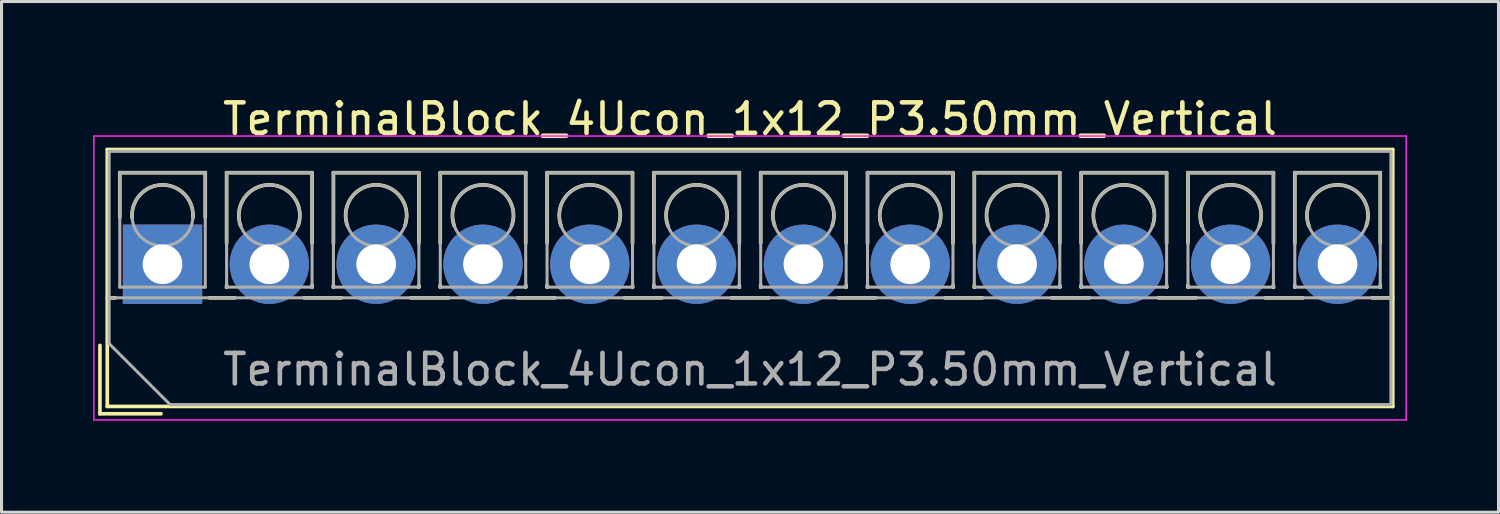
<source format=kicad_pcb>
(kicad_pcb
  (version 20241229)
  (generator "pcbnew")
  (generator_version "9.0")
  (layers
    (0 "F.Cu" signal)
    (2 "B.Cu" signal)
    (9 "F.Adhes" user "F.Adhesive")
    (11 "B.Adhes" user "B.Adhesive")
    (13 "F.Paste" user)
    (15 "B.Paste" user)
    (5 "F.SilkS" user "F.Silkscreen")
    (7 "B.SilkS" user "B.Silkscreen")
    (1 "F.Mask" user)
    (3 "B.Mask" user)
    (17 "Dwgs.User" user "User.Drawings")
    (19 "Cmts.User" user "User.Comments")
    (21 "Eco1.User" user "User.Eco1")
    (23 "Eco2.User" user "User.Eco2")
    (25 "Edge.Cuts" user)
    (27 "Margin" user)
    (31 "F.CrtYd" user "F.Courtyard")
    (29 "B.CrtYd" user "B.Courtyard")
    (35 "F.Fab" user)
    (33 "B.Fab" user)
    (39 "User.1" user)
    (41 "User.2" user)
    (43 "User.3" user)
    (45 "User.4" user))
  (footprint "TerminalBlock_4Ucon_1x12_P3.50mm_Vertical"
    (layer "F.Cu")
    (at 2.275 5.608)
    (property "Reference" "TerminalBlock_4Ucon_1x12_P3.50mm_Vertical" (at 19.25 -4.76 0) (layer "F.SilkS") (effects (font (size 1 1) (thickness 0.15))))
    (attr through_hole)
    (fp_line (start -2.05 2.66) (end -2.05 4.9) (stroke (width 0.12) (type solid)) (layer "F.SilkS"))
    (fp_line (start -2.05 4.9) (end -0.05 4.9) (stroke (width 0.12) (type solid)) (layer "F.SilkS"))
    (fp_line (start -1.81 -3.76) (end -1.81 4.66) (stroke (width 0.12) (type solid)) (layer "F.SilkS"))
    (fp_line (start -1.81 -3.76) (end 40.31 -3.76) (stroke (width 0.12) (type solid)) (layer "F.SilkS"))
    (fp_line (start -1.81 1.101) (end -1.54 1.101) (stroke (width 0.12) (type solid)) (layer "F.SilkS"))
    (fp_line (start -1.81 4.66) (end 40.31 4.66) (stroke (width 0.12) (type solid)) (layer "F.SilkS"))
    (fp_line (start -1.4 -3) (end -1.4 -1.54) (stroke (width 0.12) (type solid)) (layer "F.SilkS"))
    (fp_line (start -1.4 -3) (end 1.4 -3) (stroke (width 0.12) (type solid)) (layer "F.SilkS"))
    (fp_line (start 1.4 -3) (end 1.4 -1.54) (stroke (width 0.12) (type solid)) (layer "F.SilkS"))
    (fp_line (start 1.54 1.101) (end 2.367 1.101) (stroke (width 0.12) (type solid)) (layer "F.SilkS"))
    (fp_line (start 2.1 -3) (end 2.1 -0.689) (stroke (width 0.12) (type solid)) (layer "F.SilkS"))
    (fp_line (start 2.1 -3) (end 4.9 -3) (stroke (width 0.12) (type solid)) (layer "F.SilkS"))
    (fp_line (start 2.1 0.689) (end 2.1 0.75) (stroke (width 0.12) (type solid)) (layer "F.SilkS"))
    (fp_line (start 2.1 0.75) (end 2.101 0.75) (stroke (width 0.12) (type solid)) (layer "F.SilkS"))
    (fp_line (start 4.634 1.101) (end 5.867 1.101) (stroke (width 0.12) (type solid)) (layer "F.SilkS"))
    (fp_line (start 4.9 -3) (end 4.9 -0.689) (stroke (width 0.12) (type solid)) (layer "F.SilkS"))
    (fp_line (start 4.9 0.689) (end 4.9 0.75) (stroke (width 0.12) (type solid)) (layer "F.SilkS"))
    (fp_line (start 4.9 0.75) (end 4.9 0.75) (stroke (width 0.12) (type solid)) (layer "F.SilkS"))
    (fp_line (start 5.6 -3) (end 5.6 -0.689) (stroke (width 0.12) (type solid)) (layer "F.SilkS"))
    (fp_line (start 5.6 -3) (end 8.4 -3) (stroke (width 0.12) (type solid)) (layer "F.SilkS"))
    (fp_line (start 5.6 0.689) (end 5.6 0.75) (stroke (width 0.12) (type solid)) (layer "F.SilkS"))
    (fp_line (start 5.6 0.75) (end 5.601 0.75) (stroke (width 0.12) (type solid)) (layer "F.SilkS"))
    (fp_line (start 8.134 1.101) (end 9.367 1.101) (stroke (width 0.12) (type solid)) (layer "F.SilkS"))
    (fp_line (start 8.4 -3) (end 8.4 -0.689) (stroke (width 0.12) (type solid)) (layer "F.SilkS"))
    (fp_line (start 8.4 0.689) (end 8.4 0.75) (stroke (width 0.12) (type solid)) (layer "F.SilkS"))
    (fp_line (start 8.4 0.75) (end 8.4 0.75) (stroke (width 0.12) (type solid)) (layer "F.SilkS"))
    (fp_line (start 9.1 -3) (end 9.1 -0.689) (stroke (width 0.12) (type solid)) (layer "F.SilkS"))
    (fp_line (start 9.1 -3) (end 11.9 -3) (stroke (width 0.12) (type solid)) (layer "F.SilkS"))
    (fp_line (start 9.1 0.689) (end 9.1 0.75) (stroke (width 0.12) (type solid)) (layer "F.SilkS"))
    (fp_line (start 9.1 0.75) (end 9.101 0.75) (stroke (width 0.12) (type solid)) (layer "F.SilkS"))
    (fp_line (start 11.634 1.101) (end 12.867 1.101) (stroke (width 0.12) (type solid)) (layer "F.SilkS"))
    (fp_line (start 11.9 -3) (end 11.9 -0.689) (stroke (width 0.12) (type solid)) (layer "F.SilkS"))
    (fp_line (start 11.9 0.689) (end 11.9 0.75) (stroke (width 0.12) (type solid)) (layer "F.SilkS"))
    (fp_line (start 11.9 0.75) (end 11.9 0.75) (stroke (width 0.12) (type solid)) (layer "F.SilkS"))
    (fp_line (start 12.6 -3) (end 12.6 -0.689) (stroke (width 0.12) (type solid)) (layer "F.SilkS"))
    (fp_line (start 12.6 -3) (end 15.4 -3) (stroke (width 0.12) (type solid)) (layer "F.SilkS"))
    (fp_line (start 12.6 0.689) (end 12.6 0.75) (stroke (width 0.12) (type solid)) (layer "F.SilkS"))
    (fp_line (start 12.6 0.75) (end 12.601 0.75) (stroke (width 0.12) (type solid)) (layer "F.SilkS"))
    (fp_line (start 15.134 1.101) (end 16.367 1.101) (stroke (width 0.12) (type solid)) (layer "F.SilkS"))
    (fp_line (start 15.4 -3) (end 15.4 -0.689) (stroke (width 0.12) (type solid)) (layer "F.SilkS"))
    (fp_line (start 15.4 0.689) (end 15.4 0.75) (stroke (width 0.12) (type solid)) (layer "F.SilkS"))
    (fp_line (start 15.4 0.75) (end 15.4 0.75) (stroke (width 0.12) (type solid)) (layer "F.SilkS"))
    (fp_line (start 16.101 -3) (end 16.101 -0.689) (stroke (width 0.12) (type solid)) (layer "F.SilkS"))
    (fp_line (start 16.101 -3) (end 18.9 -3) (stroke (width 0.12) (type solid)) (layer "F.SilkS"))
    (fp_line (start 16.101 0.689) (end 16.101 0.75) (stroke (width 0.12) (type solid)) (layer "F.SilkS"))
    (fp_line (start 16.101 0.75) (end 16.101 0.75) (stroke (width 0.12) (type solid)) (layer "F.SilkS"))
    (fp_line (start 18.634 1.101) (end 19.867 1.101) (stroke (width 0.12) (type solid)) (layer "F.SilkS"))
    (fp_line (start 18.9 -3) (end 18.9 -0.689) (stroke (width 0.12) (type solid)) (layer "F.SilkS"))
    (fp_line (start 18.9 0.689) (end 18.9 0.75) (stroke (width 0.12) (type solid)) (layer "F.SilkS"))
    (fp_line (start 18.9 0.75) (end 18.9 0.75) (stroke (width 0.12) (type solid)) (layer "F.SilkS"))
    (fp_line (start 19.6 -3) (end 19.6 -0.689) (stroke (width 0.12) (type solid)) (layer "F.SilkS"))
    (fp_line (start 19.6 -3) (end 22.4 -3) (stroke (width 0.12) (type solid)) (layer "F.SilkS"))
    (fp_line (start 19.6 0.689) (end 19.6 0.75) (stroke (width 0.12) (type solid)) (layer "F.SilkS"))
    (fp_line (start 19.6 0.75) (end 19.601 0.75) (stroke (width 0.12) (type solid)) (layer "F.SilkS"))
    (fp_line (start 22.134 1.101) (end 23.367 1.101) (stroke (width 0.12) (type solid)) (layer "F.SilkS"))
    (fp_line (start 22.4 -3) (end 22.4 -0.689) (stroke (width 0.12) (type solid)) (layer "F.SilkS"))
    (fp_line (start 22.4 0.689) (end 22.4 0.75) (stroke (width 0.12) (type solid)) (layer "F.SilkS"))
    (fp_line (start 22.4 0.75) (end 22.4 0.75) (stroke (width 0.12) (type solid)) (layer "F.SilkS"))
    (fp_line (start 23.1 -3) (end 23.1 -0.689) (stroke (width 0.12) (type solid)) (layer "F.SilkS"))
    (fp_line (start 23.1 -3) (end 25.9 -3) (stroke (width 0.12) (type solid)) (layer "F.SilkS"))
    (fp_line (start 23.1 0.689) (end 23.1 0.75) (stroke (width 0.12) (type solid)) (layer "F.SilkS"))
    (fp_line (start 23.1 0.75) (end 23.101 0.75) (stroke (width 0.12) (type solid)) (layer "F.SilkS"))
    (fp_line (start 25.634 1.101) (end 26.867 1.101) (stroke (width 0.12) (type solid)) (layer "F.SilkS"))
    (fp_line (start 25.9 -3) (end 25.9 -0.689) (stroke (width 0.12) (type solid)) (layer "F.SilkS"))
    (fp_line (start 25.9 0.689) (end 25.9 0.75) (stroke (width 0.12) (type solid)) (layer "F.SilkS"))
    (fp_line (start 25.9 0.75) (end 25.9 0.75) (stroke (width 0.12) (type solid)) (layer "F.SilkS"))
    (fp_line (start 26.6 -3) (end 26.6 -0.689) (stroke (width 0.12) (type solid)) (layer "F.SilkS"))
    (fp_line (start 26.6 -3) (end 29.4 -3) (stroke (width 0.12) (type solid)) (layer "F.SilkS"))
    (fp_line (start 26.6 0.689) (end 26.6 0.75) (stroke (width 0.12) (type solid)) (layer "F.SilkS"))
    (fp_line (start 26.6 0.75) (end 26.601 0.75) (stroke (width 0.12) (type solid)) (layer "F.SilkS"))
    (fp_line (start 29.134 1.101) (end 30.367 1.101) (stroke (width 0.12) (type solid)) (layer "F.SilkS"))
    (fp_line (start 29.4 -3) (end 29.4 -0.689) (stroke (width 0.12) (type solid)) (layer "F.SilkS"))
    (fp_line (start 29.4 0.689) (end 29.4 0.75) (stroke (width 0.12) (type solid)) (layer "F.SilkS"))
    (fp_line (start 29.4 0.75) (end 29.4 0.75) (stroke (width 0.12) (type solid)) (layer "F.SilkS"))
    (fp_line (start 30.1 -3) (end 30.1 -0.689) (stroke (width 0.12) (type solid)) (layer "F.SilkS"))
    (fp_line (start 30.1 -3) (end 32.9 -3) (stroke (width 0.12) (type solid)) (layer "F.SilkS"))
    (fp_line (start 30.1 0.689) (end 30.1 0.75) (stroke (width 0.12) (type solid)) (layer "F.SilkS"))
    (fp_line (start 30.1 0.75) (end 30.101 0.75) (stroke (width 0.12) (type solid)) (layer "F.SilkS"))
    (fp_line (start 32.634 1.101) (end 33.867 1.101) (stroke (width 0.12) (type solid)) (layer "F.SilkS"))
    (fp_line (start 32.9 -3) (end 32.9 -0.689) (stroke (width 0.12) (type solid)) (layer "F.SilkS"))
    (fp_line (start 32.9 0.689) (end 32.9 0.75) (stroke (width 0.12) (type solid)) (layer "F.SilkS"))
    (fp_line (start 32.9 0.75) (end 32.9 0.75) (stroke (width 0.12) (type solid)) (layer "F.SilkS"))
    (fp_line (start 33.6 -3) (end 33.6 -0.689) (stroke (width 0.12) (type solid)) (layer "F.SilkS"))
    (fp_line (start 33.6 -3) (end 36.4 -3) (stroke (width 0.12) (type solid)) (layer "F.SilkS"))
    (fp_line (start 33.6 0.689) (end 33.6 0.75) (stroke (width 0.12) (type solid)) (layer "F.SilkS"))
    (fp_line (start 33.6 0.75) (end 33.601 0.75) (stroke (width 0.12) (type solid)) (layer "F.SilkS"))
    (fp_line (start 36.134 1.101) (end 37.367 1.101) (stroke (width 0.12) (type solid)) (layer "F.SilkS"))
    (fp_line (start 36.4 -3) (end 36.4 -0.689) (stroke (width 0.12) (type solid)) (layer "F.SilkS"))
    (fp_line (start 36.4 0.689) (end 36.4 0.75) (stroke (width 0.12) (type solid)) (layer "F.SilkS"))
    (fp_line (start 36.4 0.75) (end 36.4 0.75) (stroke (width 0.12) (type solid)) (layer "F.SilkS"))
    (fp_line (start 37.1 -3) (end 37.1 -0.689) (stroke (width 0.12) (type solid)) (layer "F.SilkS"))
    (fp_line (start 37.1 -3) (end 39.9 -3) (stroke (width 0.12) (type solid)) (layer "F.SilkS"))
    (fp_line (start 37.1 0.689) (end 37.1 0.75) (stroke (width 0.12) (type solid)) (layer "F.SilkS"))
    (fp_line (start 37.1 0.75) (end 37.101 0.75) (stroke (width 0.12) (type solid)) (layer "F.SilkS"))
    (fp_line (start 39.634 1.101) (end 40.31 1.101) (stroke (width 0.12) (type solid)) (layer "F.SilkS"))
    (fp_line (start 39.9 -3) (end 39.9 -0.689) (stroke (width 0.12) (type solid)) (layer "F.SilkS"))
    (fp_line (start 39.9 0.689) (end 39.9 0.75) (stroke (width 0.12) (type solid)) (layer "F.SilkS"))
    (fp_line (start 39.9 0.75) (end 39.9 0.75) (stroke (width 0.12) (type solid)) (layer "F.SilkS"))
    (fp_line (start 40.31 -3.76) (end 40.31 4.66) (stroke (width 0.12) (type solid)) (layer "F.SilkS"))
    (fp_arc (start -0.99789 -1.529434) (mid -0.000785 -2.600382) (end 0.998 -1.531) (stroke (width 0.12) (type solid)) (layer "F.SilkS"))
    (fp_arc (start 2.560085 -1.257767) (mid 3.499876 -2.600282) (end 4.44 -1.258) (stroke (width 0.12) (type solid)) (layer "F.SilkS"))
    (fp_arc (start 6.060085 -1.257767) (mid 6.999876 -2.600282) (end 7.94 -1.258) (stroke (width 0.12) (type solid)) (layer "F.SilkS"))
    (fp_arc (start 9.560085 -1.257767) (mid 10.499876 -2.600282) (end 11.44 -1.258) (stroke (width 0.12) (type solid)) (layer "F.SilkS"))
    (fp_arc (start 13.060085 -1.257767) (mid 13.999876 -2.600282) (end 14.94 -1.258) (stroke (width 0.12) (type solid)) (layer "F.SilkS"))
    (fp_arc (start 16.560085 -1.257767) (mid 17.499876 -2.600282) (end 18.44 -1.258) (stroke (width 0.12) (type solid)) (layer "F.SilkS"))
    (fp_arc (start 20.060085 -1.257767) (mid 20.999876 -2.600282) (end 21.94 -1.258) (stroke (width 0.12) (type solid)) (layer "F.SilkS"))
    (fp_arc (start 23.560085 -1.257767) (mid 24.499876 -2.600282) (end 25.44 -1.258) (stroke (width 0.12) (type solid)) (layer "F.SilkS"))
    (fp_arc (start 27.060085 -1.257767) (mid 27.999876 -2.600282) (end 28.94 -1.258) (stroke (width 0.12) (type solid)) (layer "F.SilkS"))
    (fp_arc (start 30.560085 -1.257767) (mid 31.499876 -2.600282) (end 32.44 -1.258) (stroke (width 0.12) (type solid)) (layer "F.SilkS"))
    (fp_arc (start 34.060085 -1.257767) (mid 34.999876 -2.600282) (end 35.94 -1.258) (stroke (width 0.12) (type solid)) (layer "F.SilkS"))
    (fp_arc (start 37.560085 -1.257767) (mid 38.499876 -2.600282) (end 39.44 -1.258) (stroke (width 0.12) (type solid)) (layer "F.SilkS"))
    (fp_line (start -2.25 -4.2) (end -2.25 5.1) (stroke (width 0.05) (type solid)) (layer "F.CrtYd"))
    (fp_line (start -2.25 5.1) (end 40.75 5.1) (stroke (width 0.05) (type solid)) (layer "F.CrtYd"))
    (fp_line (start 40.75 -4.2) (end -2.25 -4.2) (stroke (width 0.05) (type solid)) (layer "F.CrtYd"))
    (fp_line (start 40.75 5.1) (end 40.75 -4.2) (stroke (width 0.05) (type solid)) (layer "F.CrtYd"))
    (fp_line (start -1.75 -3.7) (end 40.25 -3.7) (stroke (width 0.1) (type solid)) (layer "F.Fab"))
    (fp_line (start -1.75 1.1) (end 40.25 1.1) (stroke (width 0.1) (type solid)) (layer "F.Fab"))
    (fp_line (start -1.75 2.6) (end -1.75 -3.7) (stroke (width 0.1) (type solid)) (layer "F.Fab"))
    (fp_line (start -1.4 -3) (end -1.4 0.75) (stroke (width 0.1) (type solid)) (layer "F.Fab"))
    (fp_line (start -1.4 0.75) (end 1.4 0.75) (stroke (width 0.1) (type solid)) (layer "F.Fab"))
    (fp_line (start 0.25 4.6) (end -1.75 2.6) (stroke (width 0.1) (type solid)) (layer "F.Fab"))
    (fp_line (start 1.4 -3) (end -1.4 -3) (stroke (width 0.1) (type solid)) (layer "F.Fab"))
    (fp_line (start 1.4 0.75) (end 1.4 -3) (stroke (width 0.1) (type solid)) (layer "F.Fab"))
    (fp_line (start 2.1 -3) (end 2.1 0.75) (stroke (width 0.1) (type solid)) (layer "F.Fab"))
    (fp_line (start 2.1 0.75) (end 4.9 0.75) (stroke (width 0.1) (type solid)) (layer "F.Fab"))
    (fp_line (start 4.9 -3) (end 2.1 -3) (stroke (width 0.1) (type solid)) (layer "F.Fab"))
    (fp_line (start 4.9 0.75) (end 4.9 -3) (stroke (width 0.1) (type solid)) (layer "F.Fab"))
    (fp_line (start 5.6 -3) (end 5.6 0.75) (stroke (width 0.1) (type solid)) (layer "F.Fab"))
    (fp_line (start 5.6 0.75) (end 8.4 0.75) (stroke (width 0.1) (type solid)) (layer "F.Fab"))
    (fp_line (start 8.4 -3) (end 5.6 -3) (stroke (width 0.1) (type solid)) (layer "F.Fab"))
    (fp_line (start 8.4 0.75) (end 8.4 -3) (stroke (width 0.1) (type solid)) (layer "F.Fab"))
    (fp_line (start 9.1 -3) (end 9.1 0.75) (stroke (width 0.1) (type solid)) (layer "F.Fab"))
    (fp_line (start 9.1 0.75) (end 11.9 0.75) (stroke (width 0.1) (type solid)) (layer "F.Fab"))
    (fp_line (start 11.9 -3) (end 9.1 -3) (stroke (width 0.1) (type solid)) (layer "F.Fab"))
    (fp_line (start 11.9 0.75) (end 11.9 -3) (stroke (width 0.1) (type solid)) (layer "F.Fab"))
    (fp_line (start 12.6 -3) (end 12.6 0.75) (stroke (width 0.1) (type solid)) (layer "F.Fab"))
    (fp_line (start 12.6 0.75) (end 15.4 0.75) (stroke (width 0.1) (type solid)) (layer "F.Fab"))
    (fp_line (start 15.4 -3) (end 12.6 -3) (stroke (width 0.1) (type solid)) (layer "F.Fab"))
    (fp_line (start 15.4 0.75) (end 15.4 -3) (stroke (width 0.1) (type solid)) (layer "F.Fab"))
    (fp_line (start 16.101 -3) (end 16.101 0.75) (stroke (width 0.1) (type solid)) (layer "F.Fab"))
    (fp_line (start 16.101 0.75) (end 18.9 0.75) (stroke (width 0.1) (type solid)) (layer "F.Fab"))
    (fp_line (start 18.9 -3) (end 16.101 -3) (stroke (width 0.1) (type solid)) (layer "F.Fab"))
    (fp_line (start 18.9 0.75) (end 18.9 -3) (stroke (width 0.1) (type solid)) (layer "F.Fab"))
    (fp_line (start 19.6 -3) (end 19.6 0.75) (stroke (width 0.1) (type solid)) (layer "F.Fab"))
    (fp_line (start 19.6 0.75) (end 22.4 0.75) (stroke (width 0.1) (type solid)) (layer "F.Fab"))
    (fp_line (start 22.4 -3) (end 19.6 -3) (stroke (width 0.1) (type solid)) (layer "F.Fab"))
    (fp_line (start 22.4 0.75) (end 22.4 -3) (stroke (width 0.1) (type solid)) (layer "F.Fab"))
    (fp_line (start 23.1 -3) (end 23.1 0.75) (stroke (width 0.1) (type solid)) (layer "F.Fab"))
    (fp_line (start 23.1 0.75) (end 25.9 0.75) (stroke (width 0.1) (type solid)) (layer "F.Fab"))
    (fp_line (start 25.9 -3) (end 23.1 -3) (stroke (width 0.1) (type solid)) (layer "F.Fab"))
    (fp_line (start 25.9 0.75) (end 25.9 -3) (stroke (width 0.1) (type solid)) (layer "F.Fab"))
    (fp_line (start 26.6 -3) (end 26.6 0.75) (stroke (width 0.1) (type solid)) (layer "F.Fab"))
    (fp_line (start 26.6 0.75) (end 29.4 0.75) (stroke (width 0.1) (type solid)) (layer "F.Fab"))
    (fp_line (start 29.4 -3) (end 26.6 -3) (stroke (width 0.1) (type solid)) (layer "F.Fab"))
    (fp_line (start 29.4 0.75) (end 29.4 -3) (stroke (width 0.1) (type solid)) (layer "F.Fab"))
    (fp_line (start 30.1 -3) (end 30.1 0.75) (stroke (width 0.1) (type solid)) (layer "F.Fab"))
    (fp_line (start 30.1 0.75) (end 32.9 0.75) (stroke (width 0.1) (type solid)) (layer "F.Fab"))
    (fp_line (start 32.9 -3) (end 30.1 -3) (stroke (width 0.1) (type solid)) (layer "F.Fab"))
    (fp_line (start 32.9 0.75) (end 32.9 -3) (stroke (width 0.1) (type solid)) (layer "F.Fab"))
    (fp_line (start 33.6 -3) (end 33.6 0.75) (stroke (width 0.1) (type solid)) (layer "F.Fab"))
    (fp_line (start 33.6 0.75) (end 36.4 0.75) (stroke (width 0.1) (type solid)) (layer "F.Fab"))
    (fp_line (start 36.4 -3) (end 33.6 -3) (stroke (width 0.1) (type solid)) (layer "F.Fab"))
    (fp_line (start 36.4 0.75) (end 36.4 -3) (stroke (width 0.1) (type solid)) (layer "F.Fab"))
    (fp_line (start 37.1 -3) (end 37.1 0.75) (stroke (width 0.1) (type solid)) (layer "F.Fab"))
    (fp_line (start 37.1 0.75) (end 39.9 0.75) (stroke (width 0.1) (type solid)) (layer "F.Fab"))
    (fp_line (start 39.9 -3) (end 37.1 -3) (stroke (width 0.1) (type solid)) (layer "F.Fab"))
    (fp_line (start 39.9 0.75) (end 39.9 -3) (stroke (width 0.1) (type solid)) (layer "F.Fab"))
    (fp_line (start 40.25 -3.7) (end 40.25 4.6) (stroke (width 0.1) (type solid)) (layer "F.Fab"))
    (fp_line (start 40.25 4.6) (end 0.25 4.6) (stroke (width 0.1) (type solid)) (layer "F.Fab"))
    (fp_circle (center 0 -1.6) (end 1 -1.6) (stroke (width 0.1) (type solid)) (fill no) (layer "F.Fab"))
    (fp_circle (center 3.5 -1.6) (end 4.5 -1.6) (stroke (width 0.1) (type solid)) (fill no) (layer "F.Fab"))
    (fp_circle (center 7 -1.6) (end 8 -1.6) (stroke (width 0.1) (type solid)) (fill no) (layer "F.Fab"))
    (fp_circle (center 10.5 -1.6) (end 11.5 -1.6) (stroke (width 0.1) (type solid)) (fill no) (layer "F.Fab"))
    (fp_circle (center 14 -1.6) (end 15 -1.6) (stroke (width 0.1) (type solid)) (fill no) (layer "F.Fab"))
    (fp_circle (center 17.5 -1.6) (end 18.5 -1.6) (stroke (width 0.1) (type solid)) (fill no) (layer "F.Fab"))
    (fp_circle (center 21 -1.6) (end 22 -1.6) (stroke (width 0.1) (type solid)) (fill no) (layer "F.Fab"))
    (fp_circle (center 24.5 -1.6) (end 25.5 -1.6) (stroke (width 0.1) (type solid)) (fill no) (layer "F.Fab"))
    (fp_circle (center 28 -1.6) (end 29 -1.6) (stroke (width 0.1) (type solid)) (fill no) (layer "F.Fab"))
    (fp_circle (center 31.5 -1.6) (end 32.5 -1.6) (stroke (width 0.1) (type solid)) (fill no) (layer "F.Fab"))
    (fp_circle (center 35 -1.6) (end 36 -1.6) (stroke (width 0.1) (type solid)) (fill no) (layer "F.Fab"))
    (fp_circle (center 38.5 -1.6) (end 39.5 -1.6) (stroke (width 0.1) (type solid)) (fill no) (layer "F.Fab"))
    (fp_text user "${REFERENCE}" (at 19.25 3.45 0) (layer "F.Fab") (effects (font (size 1 1) (thickness 0.15))))
    (pad "1" thru_hole rect (at 0 0) (size 2.6 2.6) (drill 1.3) (layers "*.Cu" "*.Mask"))
    (pad "2" thru_hole circle (at 3.5 0) (size 2.6 2.6) (drill 1.3) (layers "*.Cu" "*.Mask"))
    (pad "3" thru_hole circle (at 7 0) (size 2.6 2.6) (drill 1.3) (layers "*.Cu" "*.Mask"))
    (pad "4" thru_hole circle (at 10.5 0) (size 2.6 2.6) (drill 1.3) (layers "*.Cu" "*.Mask"))
    (pad "5" thru_hole circle (at 14 0) (size 2.6 2.6) (drill 1.3) (layers "*.Cu" "*.Mask"))
    (pad "6" thru_hole circle (at 17.5 0) (size 2.6 2.6) (drill 1.3) (layers "*.Cu" "*.Mask"))
    (pad "7" thru_hole circle (at 21 0) (size 2.6 2.6) (drill 1.3) (layers "*.Cu" "*.Mask"))
    (pad "8" thru_hole circle (at 24.5 0) (size 2.6 2.6) (drill 1.3) (layers "*.Cu" "*.Mask"))
    (pad "9" thru_hole circle (at 28 0) (size 2.6 2.6) (drill 1.3) (layers "*.Cu" "*.Mask"))
    (pad "10" thru_hole circle (at 31.5 0) (size 2.6 2.6) (drill 1.3) (layers "*.Cu" "*.Mask"))
    (pad "11" thru_hole circle (at 35 0) (size 2.6 2.6) (drill 1.3) (layers "*.Cu" "*.Mask"))
    (pad "12" thru_hole circle (at 38.5 0) (size 2.6 2.6) (drill 1.3) (layers "*.Cu" "*.Mask")))
  (gr_rect
    (start -3 -3)
    (end 46.05 13.733)
    (stroke (width 0.1) (type default))
    (fill no)
    (layer "Edge.Cuts")))
</source>
